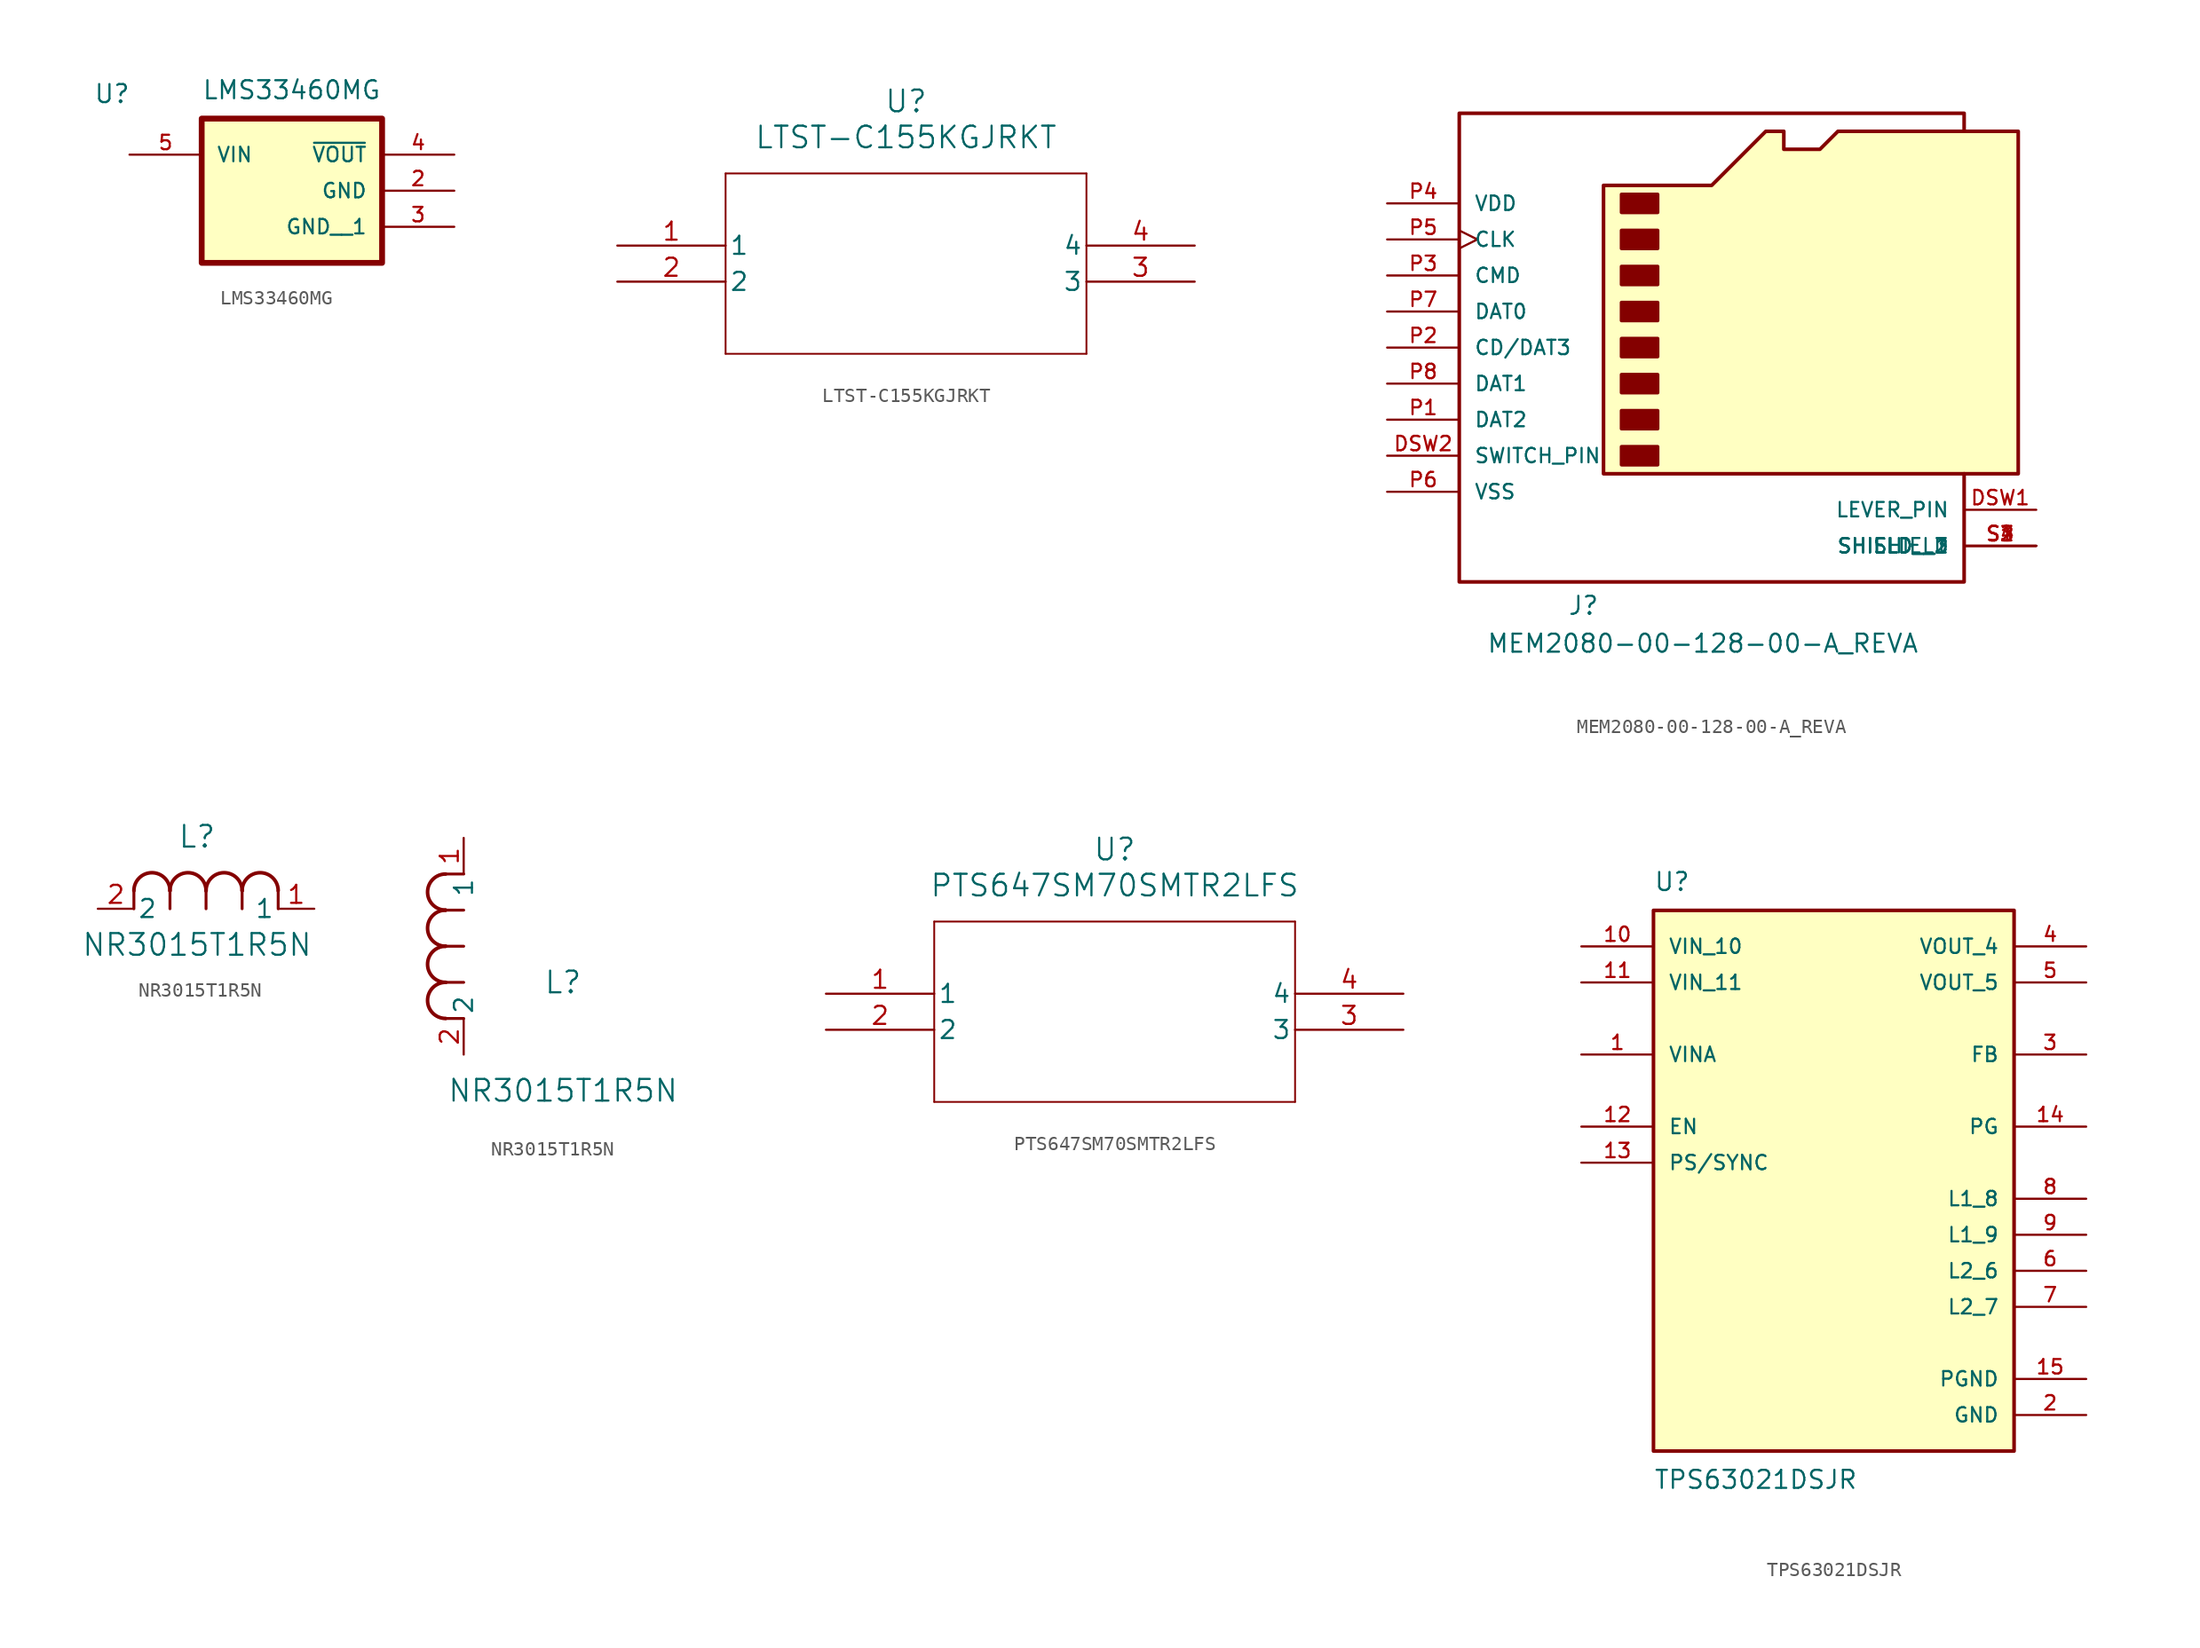
<source format=kicad_sym>
(kicad_symbol_lib
  (version 20220914)
  (generator kicad_symbol_editor)
  (symbol "LMS33460MG"
    (pin_names
      (offset 1.016))
    (property "Reference" "U"
      (at -13.97 6.08 0)
      (effects (font (size 1.27 1.27)) (justify left bottom)))
    (property "Value" "LMS33460MG"
      (at -6.35 6.35 0)
      (effects (font (size 1.27 1.27)) (justify left bottom)))
    (symbol "LMS33460MG_0_0"
      (rectangle (start -6.35 5.08) (end 6.35 -5.08) (stroke (width 0.41) (type default)) (fill (type background)))
      (pin power_in line (at 11.43 0 180) (length 5.08) (name "GND" (effects (font (size 1.016 1.016)))) (number "2" (effects (font (size 1.016 1.016)))))
      (pin power_in line (at 11.43 -2.54 180) (length 5.08) (name "GND__1" (effects (font (size 1.016 1.016)))) (number "3" (effects (font (size 1.016 1.016)))))
      (pin output line (at 11.43 2.54 180) (length 5.08) (name "~{VOUT}" (effects (font (size 1.016 1.016)))) (number "4" (effects (font (size 1.016 1.016)))))
      (pin input line (at -11.43 2.54 0) (length 5.08) (name "VIN" (effects (font (size 1.016 1.016)))) (number "5" (effects (font (size 1.016 1.016)))))))
  (symbol "LTST-C155KGJRKT"
    (pin_names
      (offset 0.254))
    (property "Reference" "U"
      (at 20.32 10.16 0)
      (effects (font (size 1.524 1.524))))
    (property "Value" "LTST-C155KGJRKT"
      (at 20.32 7.62 0)
      (effects (font (size 1.524 1.524))))
    (property "ki_locked" ""
      (at 0 0 0)
      (effects (font (size 1.27 1.27))))
    (symbol "LTST-C155KGJRKT_0_1"
      (polyline (pts (xy 7.62 -7.62) (xy 33.02 -7.62)) (stroke (width 0.127) (type default)) (fill (type none)))
      (polyline (pts (xy 7.62 5.08) (xy 7.62 -7.62)) (stroke (width 0.127) (type default)) (fill (type none)))
      (polyline (pts (xy 33.02 -7.62) (xy 33.02 5.08)) (stroke (width 0.127) (type default)) (fill (type none)))
      (polyline (pts (xy 33.02 5.08) (xy 7.62 5.08)) (stroke (width 0.127) (type default)) (fill (type none)))
      (pin unspecified line (at 0 0 0) (length 7.62) (name "1" (effects (font (size 1.27 1.27)))) (number "1" (effects (font (size 1.27 1.27)))))
      (pin unspecified line (at 0 -2.54 0) (length 7.62) (name "2" (effects (font (size 1.27 1.27)))) (number "2" (effects (font (size 1.27 1.27)))))
      (pin unspecified line (at 40.64 -2.54 180) (length 7.62) (name "3" (effects (font (size 1.27 1.27)))) (number "3" (effects (font (size 1.27 1.27)))))
      (pin unspecified line (at 40.64 0 180) (length 7.62) (name "4" (effects (font (size 1.27 1.27)))) (number "4" (effects (font (size 1.27 1.27)))))))
  (symbol "MEM2080-00-128-00-A_REVA"
    (pin_names
      (offset 1.016))
    (property "Reference" "J"
      (at -10.795 -18.288 0)
      (effects (font (size 1.27 1.27)) (justify left bottom)))
    (property "Value" "MEM2080-00-128-00-A_REVA"
      (at -16.51 -20.955 0)
      (effects (font (size 1.27 1.27)) (justify left bottom)))
    (symbol "MEM2080-00-128-00-A_REVA_0_0"
      (pin passive line (at 22.225 -10.795 180) (length 5.08) (name "LEVER_PIN" (effects (font (size 1.016 1.016)))) (number "DSW1" (effects (font (size 1.016 1.016)))))
      (pin passive line (at -23.495 -6.985 0) (length 5.08) (name "SWITCH_PIN" (effects (font (size 1.016 1.016)))) (number "DSW2" (effects (font (size 1.016 1.016)))))
      (pin bidirectional line (at -23.495 -4.445 0) (length 5.08) (name "DAT2" (effects (font (size 1.016 1.016)))) (number "P1" (effects (font (size 1.016 1.016)))))
      (pin bidirectional line (at -23.495 0.635 0) (length 5.08) (name "CD/DAT3" (effects (font (size 1.016 1.016)))) (number "P2" (effects (font (size 1.016 1.016)))))
      (pin input line (at -23.495 5.715 0) (length 5.08) (name "CMD" (effects (font (size 1.016 1.016)))) (number "P3" (effects (font (size 1.016 1.016)))))
      (pin power_in line (at -23.495 10.795 0) (length 5.08) (name "VDD" (effects (font (size 1.016 1.016)))) (number "P4" (effects (font (size 1.016 1.016)))))
      (pin input clock (at -23.495 8.255 0) (length 5.08) (name "CLK" (effects (font (size 1.016 1.016)))) (number "P5" (effects (font (size 1.016 1.016)))))
      (pin power_in line (at -23.495 -9.525 0) (length 5.08) (name "VSS" (effects (font (size 1.016 1.016)))) (number "P6" (effects (font (size 1.016 1.016)))))
      (pin bidirectional line (at -23.495 3.175 0) (length 5.08) (name "DAT0" (effects (font (size 1.016 1.016)))) (number "P7" (effects (font (size 1.016 1.016)))))
      (pin bidirectional line (at -23.495 -1.905 0) (length 5.08) (name "DAT1" (effects (font (size 1.016 1.016)))) (number "P8" (effects (font (size 1.016 1.016)))))
      (pin passive line (at 22.225 -13.335 180) (length 5.08) (name "SHIELD" (effects (font (size 1.016 1.016)))) (number "S1" (effects (font (size 1.016 1.016)))))
      (pin passive line (at 22.225 -13.335 180) (length 5.08) (name "SHIELD__1" (effects (font (size 1.016 1.016)))) (number "S2" (effects (font (size 1.016 1.016)))))
      (pin passive line (at 22.225 -13.335 180) (length 5.08) (name "SHIELD__2" (effects (font (size 1.016 1.016)))) (number "S3" (effects (font (size 1.016 1.016)))))
      (pin passive line (at 22.225 -13.335 180) (length 5.08) (name "SHIELD__3" (effects (font (size 1.016 1.016)))) (number "S4" (effects (font (size 1.016 1.016))))))
    (symbol "MEM2080-00-128-00-A_REVA_0_1"
      (rectangle (start -6.985 -6.35) (end -4.445 -7.62) (stroke (width 0.254) (type default)) (fill (type outline)))
      (rectangle (start -6.985 -3.81) (end -4.445 -5.08) (stroke (width 0.254) (type default)) (fill (type outline)))
      (rectangle (start -6.985 -1.27) (end -4.445 -2.54) (stroke (width 0.254) (type default)) (fill (type outline)))
      (rectangle (start -6.985 1.27) (end -4.445 0) (stroke (width 0.254) (type default)) (fill (type outline)))
      (rectangle (start -6.985 3.81) (end -4.445 2.54) (stroke (width 0.254) (type default)) (fill (type outline)))
      (rectangle (start -6.985 6.35) (end -4.445 5.08) (stroke (width 0.254) (type default)) (fill (type outline)))
      (rectangle (start -6.985 8.89) (end -4.445 7.62) (stroke (width 0.254) (type default)) (fill (type outline)))
      (rectangle (start -6.985 11.43) (end -4.445 10.16) (stroke (width 0.254) (type default)) (fill (type outline)))
      (polyline (pts (xy 17.145 15.875) (xy 17.145 17.145) (xy -18.415 17.145) (xy -18.415 -15.875) (xy 17.145 -15.875) (xy 17.145 -8.255)) (stroke (width 0.254) (type default)) (fill (type none)))
      (polyline (pts (xy -8.255 -8.255) (xy -8.255 12.065) (xy -0.635 12.065) (xy 3.175 15.875) (xy 4.445 15.875) (xy 4.445 14.605) (xy 6.985 14.605) (xy 8.255 15.875) (xy 20.955 15.875) (xy 20.955 -8.255) (xy -8.255 -8.255)) (stroke (width 0.254) (type default)) (fill (type background)))))
  (symbol "NR3015T1R5N"
    (pin_names
      (offset 0.254))
    (property "Reference" "L"
      (at 6.985 5.08 0)
      (effects (font (size 1.524 1.524))))
    (property "Value" "NR3015T1R5N"
      (at 6.985 -2.54 0)
      (effects (font (size 1.524 1.524))))
    (property "ki_locked" ""
      (at 0 0 0)
      (effects (font (size 1.27 1.27))))
    (symbol "NR3015T1R5N_1_1"
      (polyline (pts (xy 2.54 0) (xy 2.54 1.27)) (stroke (width 0.203) (type default)) (fill (type none)))
      (polyline (pts (xy 5.08 0) (xy 5.08 1.27)) (stroke (width 0.203) (type default)) (fill (type none)))
      (polyline (pts (xy 7.62 0) (xy 7.62 1.27)) (stroke (width 0.203) (type default)) (fill (type none)))
      (polyline (pts (xy 10.16 0) (xy 10.16 1.27)) (stroke (width 0.203) (type default)) (fill (type none)))
      (polyline (pts (xy 12.7 0) (xy 12.7 1.27)) (stroke (width 0.203) (type default)) (fill (type none)))
      (arc (start 5.08 1.27) (mid 3.81 2.5345) (end 2.54 1.27) (stroke (width 0.254) (type default)) (fill (type none)))
      (arc (start 7.62 1.27) (mid 6.35 2.5345) (end 5.08 1.27) (stroke (width 0.254) (type default)) (fill (type none)))
      (arc (start 10.16 1.27) (mid 8.89 2.5345) (end 7.62 1.27) (stroke (width 0.254) (type default)) (fill (type none)))
      (arc (start 12.7 1.27) (mid 11.43 2.5345) (end 10.16 1.27) (stroke (width 0.254) (type default)) (fill (type none)))
      (pin unspecified line (at 15.24 0 180) (length 2.54) (name "1" (effects (font (size 1.27 1.27)))) (number "1" (effects (font (size 1.27 1.27)))))
      (pin unspecified line (at 0 0 0) (length 2.54) (name "2" (effects (font (size 1.27 1.27)))) (number "2" (effects (font (size 1.27 1.27))))))
    (symbol "NR3015T1R5N_1_2"
      (arc (start -1.27 5.08) (mid -2.5345 3.81) (end -1.27 2.54) (stroke (width 0.254) (type default)) (fill (type none)))
      (arc (start -1.27 7.62) (mid -2.5345 6.35) (end -1.27 5.08) (stroke (width 0.254) (type default)) (fill (type none)))
      (arc (start -1.27 10.16) (mid -2.5345 8.89) (end -1.27 7.62) (stroke (width 0.254) (type default)) (fill (type none)))
      (arc (start -1.27 12.7) (mid -2.5345 11.43) (end -1.27 10.16) (stroke (width 0.254) (type default)) (fill (type none)))
      (polyline (pts (xy 0 2.54) (xy -1.27 2.54)) (stroke (width 0.203) (type default)) (fill (type none)))
      (polyline (pts (xy 0 5.08) (xy -1.27 5.08)) (stroke (width 0.203) (type default)) (fill (type none)))
      (polyline (pts (xy 0 7.62) (xy -1.27 7.62)) (stroke (width 0.203) (type default)) (fill (type none)))
      (polyline (pts (xy 0 10.16) (xy -1.27 10.16)) (stroke (width 0.203) (type default)) (fill (type none)))
      (polyline (pts (xy 0 12.7) (xy -1.27 12.7)) (stroke (width 0.203) (type default)) (fill (type none)))
      (pin unspecified line (at 0 15.24 270) (length 2.54) (name "1" (effects (font (size 1.27 1.27)))) (number "1" (effects (font (size 1.27 1.27)))))
      (pin unspecified line (at 0 0 90) (length 2.54) (name "2" (effects (font (size 1.27 1.27)))) (number "2" (effects (font (size 1.27 1.27)))))))
  (symbol "PTS647SM70SMTR2LFS"
    (pin_names
      (offset 0.254))
    (property "Reference" "U"
      (at 20.32 10.16 0)
      (effects (font (size 1.524 1.524))))
    (property "Value" "PTS647SM70SMTR2LFS"
      (at 20.32 7.62 0)
      (effects (font (size 1.524 1.524))))
    (property "ki_locked" ""
      (at 0 0 0)
      (effects (font (size 1.27 1.27))))
    (symbol "PTS647SM70SMTR2LFS_0_1"
      (polyline (pts (xy 7.62 -7.62) (xy 33.02 -7.62)) (stroke (width 0.127) (type default)) (fill (type none)))
      (polyline (pts (xy 7.62 5.08) (xy 7.62 -7.62)) (stroke (width 0.127) (type default)) (fill (type none)))
      (polyline (pts (xy 33.02 -7.62) (xy 33.02 5.08)) (stroke (width 0.127) (type default)) (fill (type none)))
      (polyline (pts (xy 33.02 5.08) (xy 7.62 5.08)) (stroke (width 0.127) (type default)) (fill (type none)))
      (pin unspecified line (at 0 0 0) (length 7.62) (name "1" (effects (font (size 1.27 1.27)))) (number "1" (effects (font (size 1.27 1.27)))))
      (pin unspecified line (at 0 -2.54 0) (length 7.62) (name "2" (effects (font (size 1.27 1.27)))) (number "2" (effects (font (size 1.27 1.27)))))
      (pin unspecified line (at 40.64 -2.54 180) (length 7.62) (name "3" (effects (font (size 1.27 1.27)))) (number "3" (effects (font (size 1.27 1.27)))))
      (pin unspecified line (at 40.64 0 180) (length 7.62) (name "4" (effects (font (size 1.27 1.27)))) (number "4" (effects (font (size 1.27 1.27)))))))
  (symbol "TPS63021DSJR"
    (pin_names
      (offset 1.016))
    (property "Reference" "U"
      (at -12.7 19.05 0)
      (effects (font (size 1.27 1.27)) (justify left bottom)))
    (property "Value" "TPS63021DSJR"
      (at -12.7 -21.59 0)
      (effects (font (size 1.27 1.27)) (justify left top)))
    (symbol "TPS63021DSJR_0_0"
      (rectangle (start -12.7 -20.32) (end 12.7 17.78) (stroke (width 0.254) (type default)) (fill (type background)))
      (pin input line (at -17.78 7.62 0) (length 5.08) (name "VINA" (effects (font (size 1.016 1.016)))) (number "1" (effects (font (size 1.016 1.016)))))
      (pin input line (at -17.78 15.24 0) (length 5.08) (name "VIN_10" (effects (font (size 1.016 1.016)))) (number "10" (effects (font (size 1.016 1.016)))))
      (pin input line (at -17.78 12.7 0) (length 5.08) (name "VIN_11" (effects (font (size 1.016 1.016)))) (number "11" (effects (font (size 1.016 1.016)))))
      (pin input line (at -17.78 2.54 0) (length 5.08) (name "EN" (effects (font (size 1.016 1.016)))) (number "12" (effects (font (size 1.016 1.016)))))
      (pin input line (at -17.78 0 0) (length 5.08) (name "PS/SYNC" (effects (font (size 1.016 1.016)))) (number "13" (effects (font (size 1.016 1.016)))))
      (pin output line (at 17.78 2.54 180) (length 5.08) (name "PG" (effects (font (size 1.016 1.016)))) (number "14" (effects (font (size 1.016 1.016)))))
      (pin power_in line (at 17.78 -15.24 180) (length 5.08) (name "PGND" (effects (font (size 1.016 1.016)))) (number "15" (effects (font (size 1.016 1.016)))))
      (pin power_in line (at 17.78 -17.78 180) (length 5.08) (name "GND" (effects (font (size 1.016 1.016)))) (number "2" (effects (font (size 1.016 1.016)))))
      (pin input line (at 17.78 7.62 180) (length 5.08) (name "FB" (effects (font (size 1.016 1.016)))) (number "3" (effects (font (size 1.016 1.016)))))
      (pin output line (at 17.78 15.24 180) (length 5.08) (name "VOUT_4" (effects (font (size 1.016 1.016)))) (number "4" (effects (font (size 1.016 1.016)))))
      (pin output line (at 17.78 12.7 180) (length 5.08) (name "VOUT_5" (effects (font (size 1.016 1.016)))) (number "5" (effects (font (size 1.016 1.016)))))
      (pin passive line (at 17.78 -7.62 180) (length 5.08) (name "L2_6" (effects (font (size 1.016 1.016)))) (number "6" (effects (font (size 1.016 1.016)))))
      (pin passive line (at 17.78 -10.16 180) (length 5.08) (name "L2_7" (effects (font (size 1.016 1.016)))) (number "7" (effects (font (size 1.016 1.016)))))
      (pin passive line (at 17.78 -2.54 180) (length 5.08) (name "L1_8" (effects (font (size 1.016 1.016)))) (number "8" (effects (font (size 1.016 1.016)))))
      (pin passive line (at 17.78 -5.08 180) (length 5.08) (name "L1_9" (effects (font (size 1.016 1.016)))) (number "9" (effects (font (size 1.016 1.016))))))))
</source>
